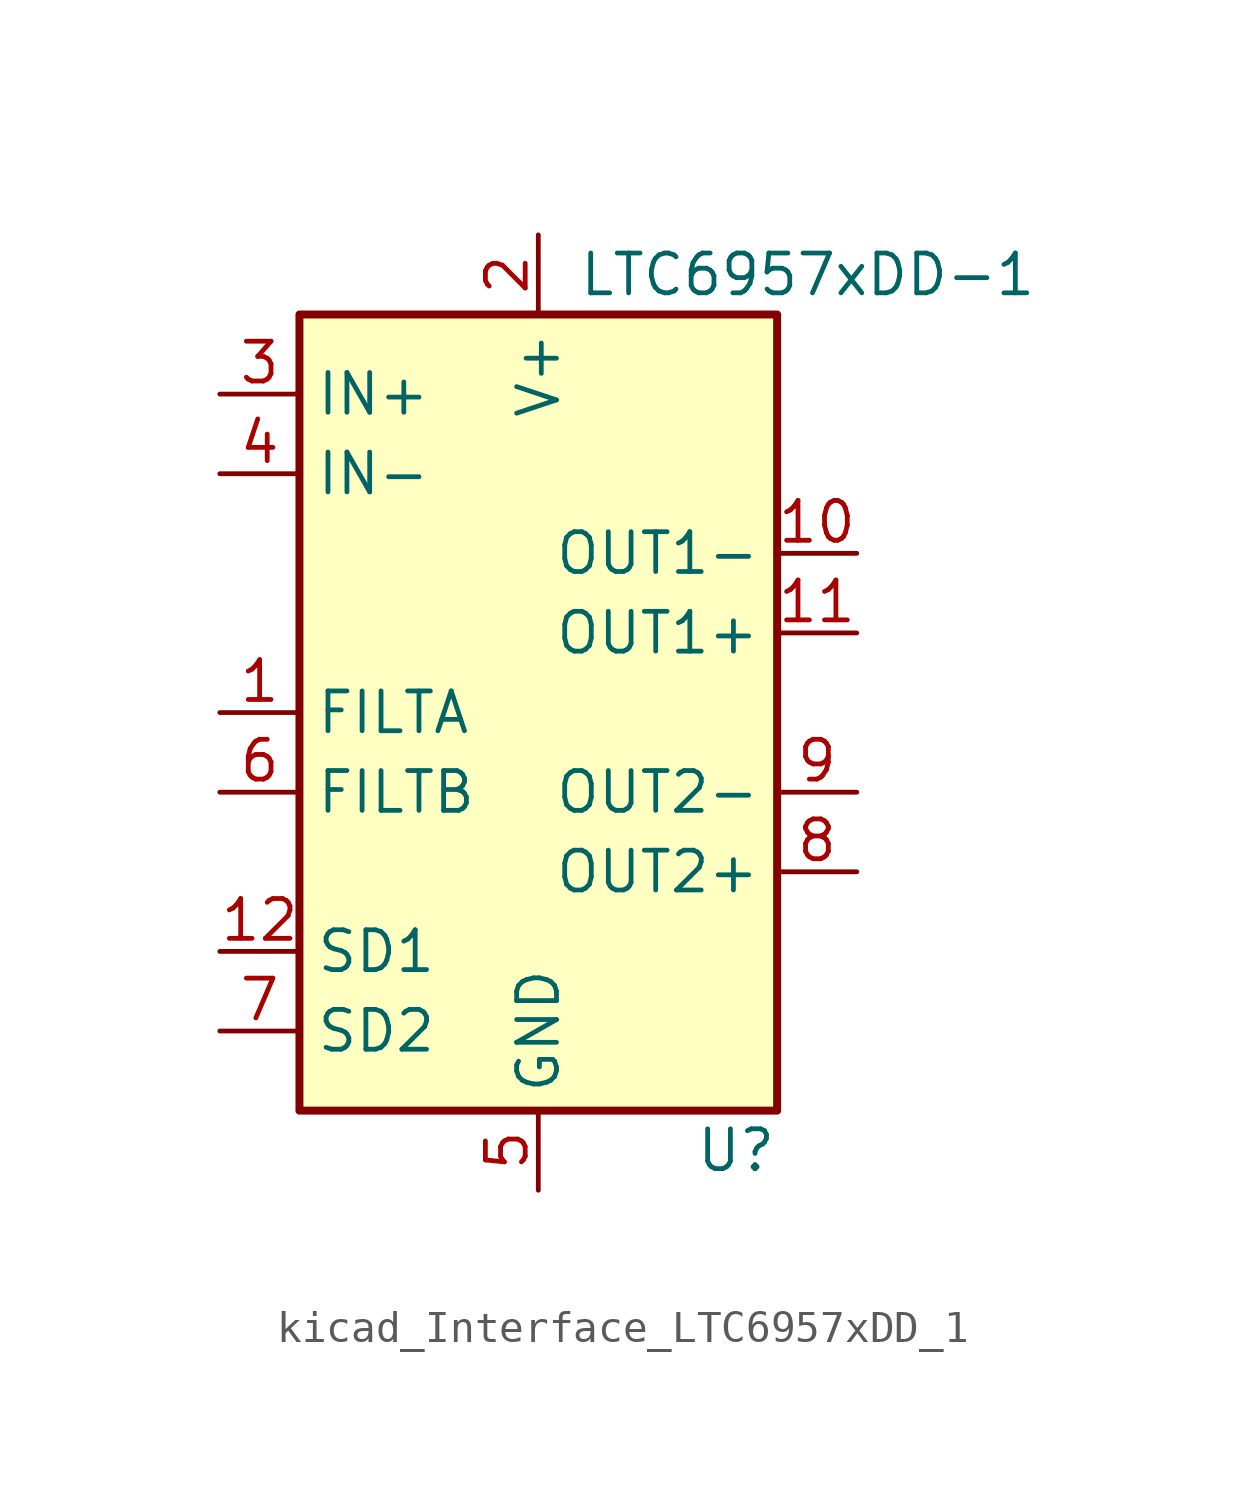
<source format=kicad_sym>
(kicad_symbol_lib
  (version 20220914)
  (generator kicad_symbol_editor)
  (symbol "kicad_Interface_LTC6957xDD_1"
    (property "Reference" "U"
      (at 7.62 -13.97 0)
      (effects (font (size 1.27 1.27)) (justify right)))
    (property "Value" "LTC6957xDD-1"
      (at 1.27 13.97 0)
      (effects (font (size 1.27 1.27)) (justify left)))
    (symbol "kicad_Interface_LTC6957xDD_1_0_1"
      (rectangle (start -7.62 12.7) (end 7.62 -12.7) (stroke (width 0.254) (type default)) (fill (type background))))
    (symbol "kicad_Interface_LTC6957xDD_1_1_1"
      (pin input line (at -10.16 0 0) (length 2.54) (name "FILTA" (effects (font (size 1.27 1.27)))) (number "1" (effects (font (size 1.27 1.27)))))
      (pin open_emitter line (at 10.16 5.08 180) (length 2.54) (name "OUT1-" (effects (font (size 1.27 1.27)))) (number "10" (effects (font (size 1.27 1.27)))))
      (pin open_emitter line (at 10.16 2.54 180) (length 2.54) (name "OUT1+" (effects (font (size 1.27 1.27)))) (number "11" (effects (font (size 1.27 1.27)))))
      (pin input line (at -10.16 -7.62 0) (length 2.54) (name "SD1" (effects (font (size 1.27 1.27)))) (number "12" (effects (font (size 1.27 1.27)))))
      (pin passive line (at 0 -15.24 90) (length 2.54) hide (name "GND" (effects (font (size 1.27 1.27)))) (number "13" (effects (font (size 1.27 1.27)))))
      (pin power_in line (at 0 15.24 270) (length 2.54) (name "V+" (effects (font (size 1.27 1.27)))) (number "2" (effects (font (size 1.27 1.27)))))
      (pin input line (at -10.16 10.16 0) (length 2.54) (name "IN+" (effects (font (size 1.27 1.27)))) (number "3" (effects (font (size 1.27 1.27)))))
      (pin input line (at -10.16 7.62 0) (length 2.54) (name "IN-" (effects (font (size 1.27 1.27)))) (number "4" (effects (font (size 1.27 1.27)))))
      (pin power_in line (at 0 -15.24 90) (length 2.54) (name "GND" (effects (font (size 1.27 1.27)))) (number "5" (effects (font (size 1.27 1.27)))))
      (pin input line (at -10.16 -2.54 0) (length 2.54) (name "FILTB" (effects (font (size 1.27 1.27)))) (number "6" (effects (font (size 1.27 1.27)))))
      (pin input line (at -10.16 -10.16 0) (length 2.54) (name "SD2" (effects (font (size 1.27 1.27)))) (number "7" (effects (font (size 1.27 1.27)))))
      (pin open_emitter line (at 10.16 -5.08 180) (length 2.54) (name "OUT2+" (effects (font (size 1.27 1.27)))) (number "8" (effects (font (size 1.27 1.27)))))
      (pin open_emitter line (at 10.16 -2.54 180) (length 2.54) (name "OUT2-" (effects (font (size 1.27 1.27)))) (number "9" (effects (font (size 1.27 1.27))))))))
</source>
